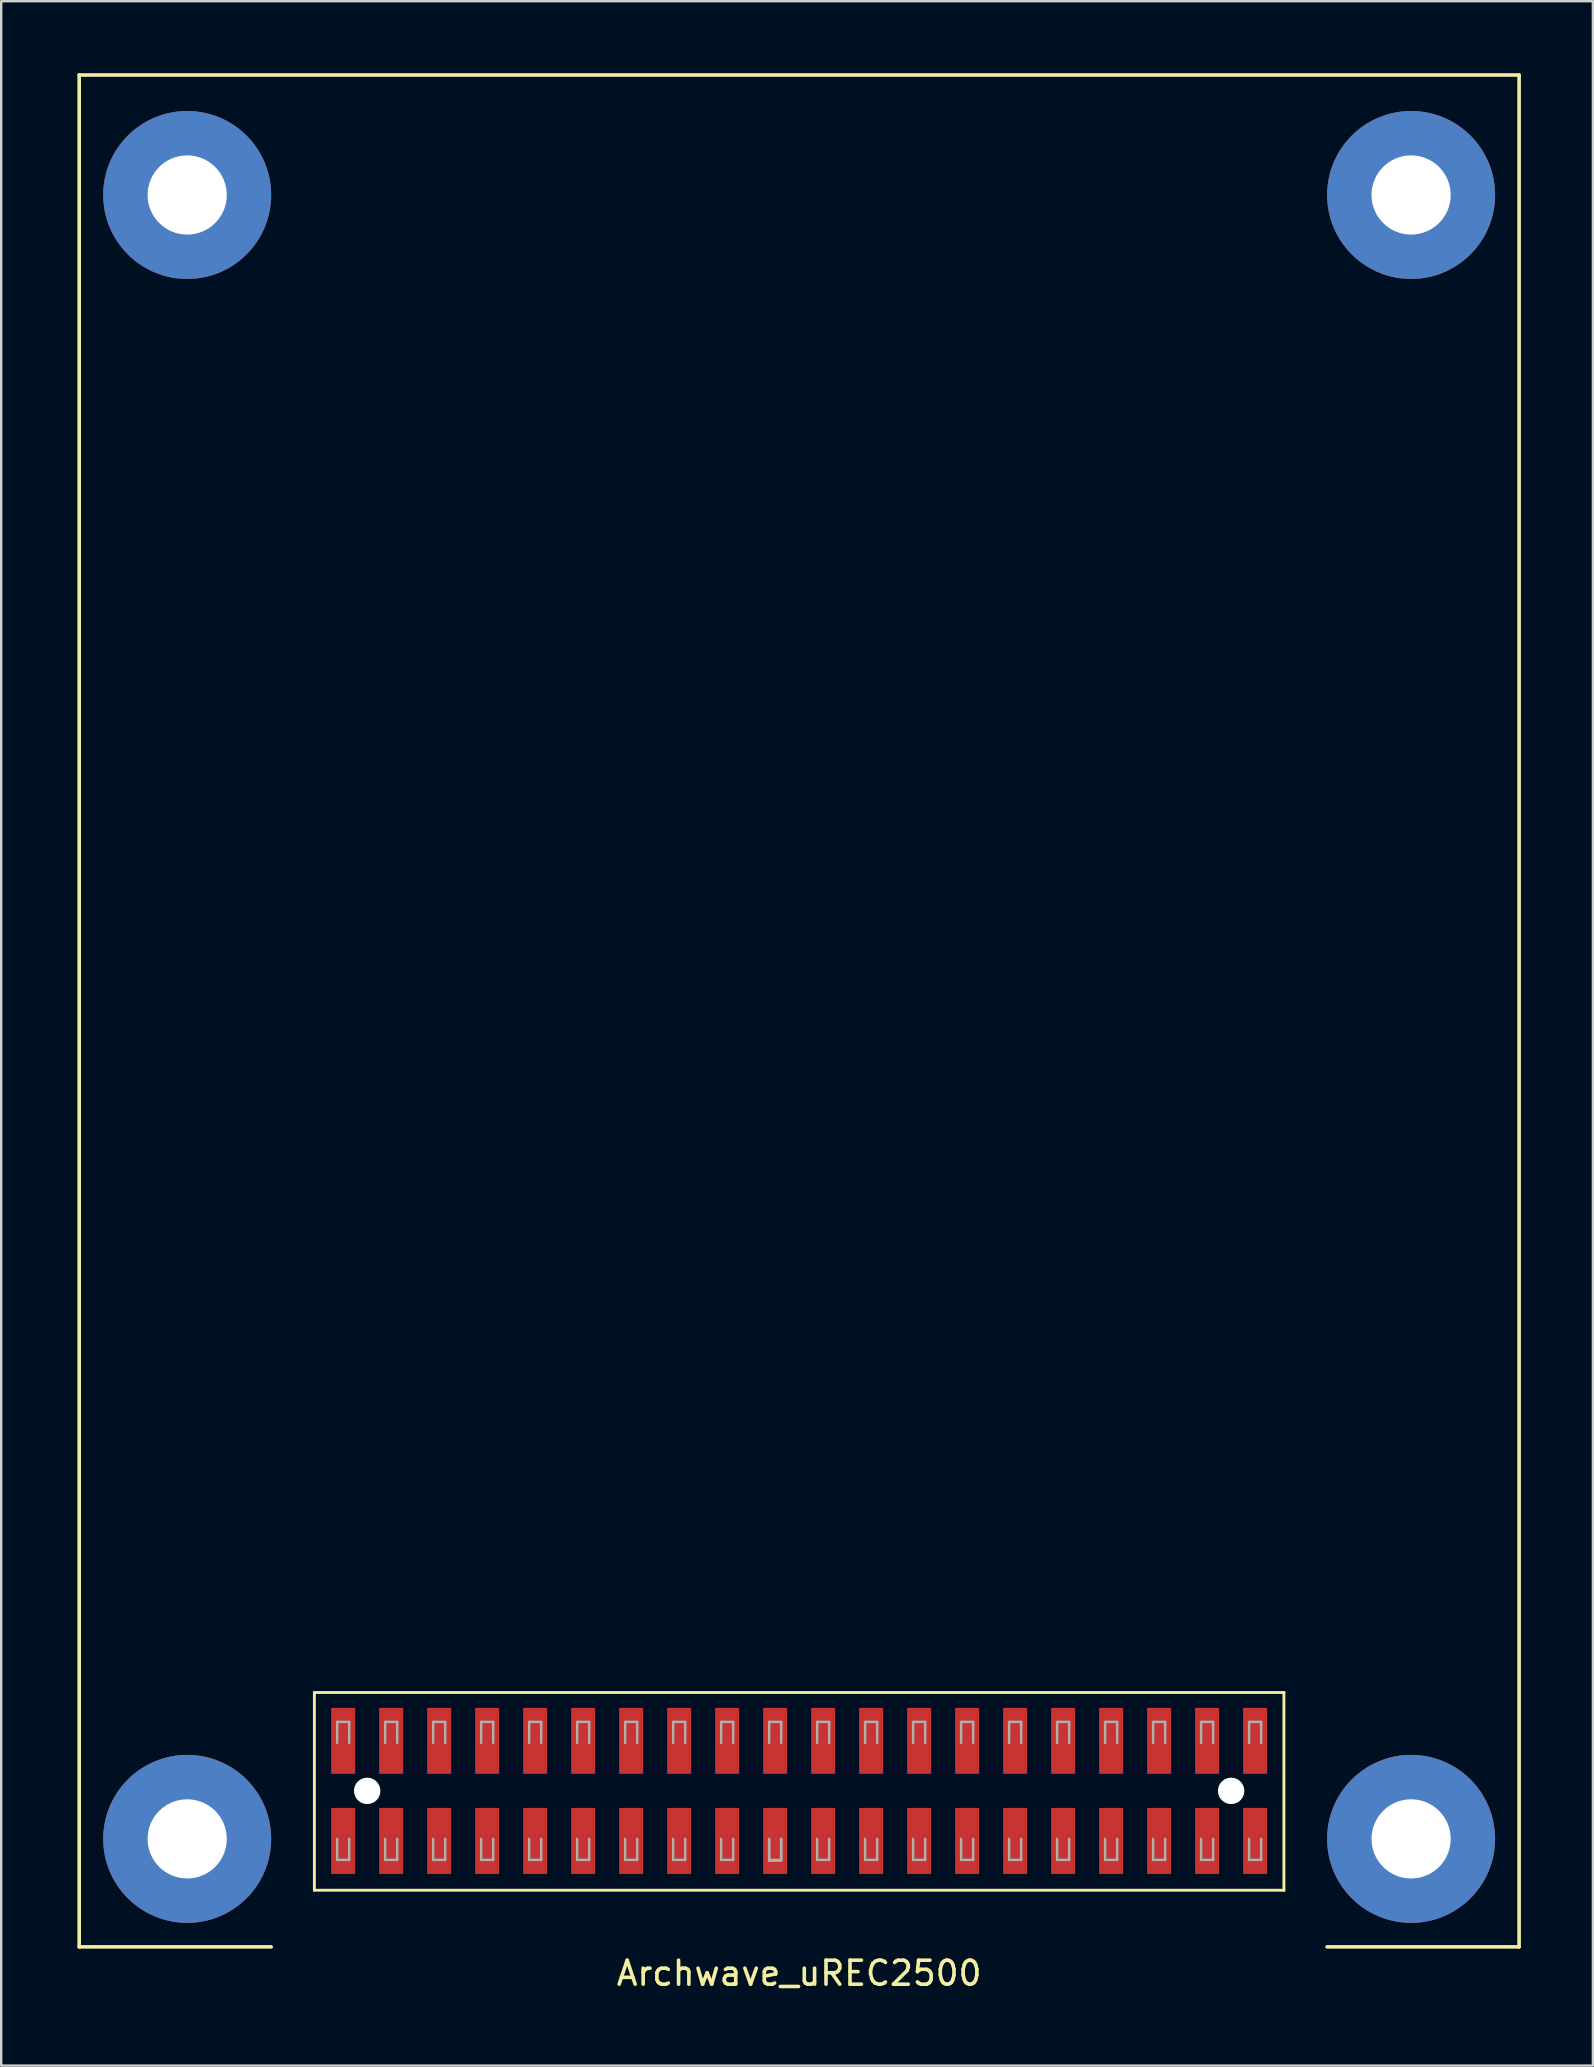
<source format=kicad_pcb>
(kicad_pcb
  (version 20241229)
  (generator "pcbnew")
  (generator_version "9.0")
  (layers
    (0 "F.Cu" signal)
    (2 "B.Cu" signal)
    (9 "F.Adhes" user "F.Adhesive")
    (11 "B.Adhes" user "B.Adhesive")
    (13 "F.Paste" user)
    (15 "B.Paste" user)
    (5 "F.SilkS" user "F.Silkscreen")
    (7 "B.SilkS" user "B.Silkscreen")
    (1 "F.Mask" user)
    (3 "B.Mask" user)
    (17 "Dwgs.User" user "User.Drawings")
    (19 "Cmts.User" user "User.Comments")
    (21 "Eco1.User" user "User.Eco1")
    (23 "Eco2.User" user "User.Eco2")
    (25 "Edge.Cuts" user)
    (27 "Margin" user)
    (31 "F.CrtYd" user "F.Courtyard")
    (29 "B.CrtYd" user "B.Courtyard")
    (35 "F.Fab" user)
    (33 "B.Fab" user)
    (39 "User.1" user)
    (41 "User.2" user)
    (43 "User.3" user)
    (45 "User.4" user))
  (footprint "Archwave_uREC2500"
    (layer "F.Cu")
    (at 0.25 78.075)
    (property "Reference" "Archwave_uREC2500" (at 30 1.1 0) (layer "F.SilkS") (effects (font (size 1 1) (thickness 0.15))))
    (attr through_hole)
    (fp_line (start 0 -78) (end 60 -78) (stroke (width 0.15) (type solid)) (layer "F.SilkS"))
    (fp_line (start 0 0) (end 0 -78) (stroke (width 0.15) (type solid)) (layer "F.SilkS"))
    (fp_line (start 0 0) (end 8 0) (stroke (width 0.15) (type solid)) (layer "F.SilkS"))
    (fp_line (start 9.8 -2.36) (end 9.8 -10.6) (stroke (width 0.12) (type solid)) (layer "F.SilkS"))
    (fp_line (start 50.2 -10.6) (end 9.8 -10.6) (stroke (width 0.12) (type solid)) (layer "F.SilkS"))
    (fp_line (start 50.2 -10.6) (end 50.2 -2.36) (stroke (width 0.12) (type solid)) (layer "F.SilkS"))
    (fp_line (start 50.2 -2.36) (end 9.8 -2.36) (stroke (width 0.12) (type solid)) (layer "F.SilkS"))
    (fp_line (start 52 0) (end 60 0) (stroke (width 0.15) (type solid)) (layer "F.SilkS"))
    (fp_line (start 60 0) (end 60 -78) (stroke (width 0.15) (type solid)) (layer "F.SilkS"))
    (fp_line (start 10.75 -9.375) (end 11.25 -9.375) (stroke (width 0.1) (type solid)) (layer "F.Fab"))
    (fp_line (start 10.75 -8.5) (end 10.75 -9.375) (stroke (width 0.1) (type solid)) (layer "F.Fab"))
    (fp_line (start 10.75 -4.5) (end 10.75 -3.625) (stroke (width 0.1) (type solid)) (layer "F.Fab"))
    (fp_line (start 10.75 -3.625) (end 11.25 -3.625) (stroke (width 0.1) (type solid)) (layer "F.Fab"))
    (fp_line (start 11.25 -9.375) (end 11.25 -8.5) (stroke (width 0.1) (type solid)) (layer "F.Fab"))
    (fp_line (start 11.25 -3.625) (end 11.25 -4.5) (stroke (width 0.1) (type solid)) (layer "F.Fab"))
    (fp_line (start 12.75 -9.375) (end 13.25 -9.375) (stroke (width 0.1) (type solid)) (layer "F.Fab"))
    (fp_line (start 12.75 -8.5) (end 12.75 -9.375) (stroke (width 0.1) (type solid)) (layer "F.Fab"))
    (fp_line (start 12.75 -4.5) (end 12.75 -3.625) (stroke (width 0.1) (type solid)) (layer "F.Fab"))
    (fp_line (start 12.75 -3.625) (end 13.25 -3.625) (stroke (width 0.1) (type solid)) (layer "F.Fab"))
    (fp_line (start 13.25 -9.375) (end 13.25 -8.5) (stroke (width 0.1) (type solid)) (layer "F.Fab"))
    (fp_line (start 13.25 -3.625) (end 13.25 -4.5) (stroke (width 0.1) (type solid)) (layer "F.Fab"))
    (fp_line (start 14.75 -9.375) (end 15.25 -9.375) (stroke (width 0.1) (type solid)) (layer "F.Fab"))
    (fp_line (start 14.75 -8.5) (end 14.75 -9.375) (stroke (width 0.1) (type solid)) (layer "F.Fab"))
    (fp_line (start 14.75 -4.5) (end 14.75 -3.625) (stroke (width 0.1) (type solid)) (layer "F.Fab"))
    (fp_line (start 14.75 -3.625) (end 15.25 -3.625) (stroke (width 0.1) (type solid)) (layer "F.Fab"))
    (fp_line (start 15.25 -9.375) (end 15.25 -8.5) (stroke (width 0.1) (type solid)) (layer "F.Fab"))
    (fp_line (start 15.25 -3.625) (end 15.25 -4.5) (stroke (width 0.1) (type solid)) (layer "F.Fab"))
    (fp_line (start 16.75 -9.375) (end 17.25 -9.375) (stroke (width 0.1) (type solid)) (layer "F.Fab"))
    (fp_line (start 16.75 -8.5) (end 16.75 -9.375) (stroke (width 0.1) (type solid)) (layer "F.Fab"))
    (fp_line (start 16.75 -4.5) (end 16.75 -3.625) (stroke (width 0.1) (type solid)) (layer "F.Fab"))
    (fp_line (start 16.75 -3.625) (end 17.25 -3.625) (stroke (width 0.1) (type solid)) (layer "F.Fab"))
    (fp_line (start 17.25 -9.375) (end 17.25 -8.5) (stroke (width 0.1) (type solid)) (layer "F.Fab"))
    (fp_line (start 17.25 -3.625) (end 17.25 -4.5) (stroke (width 0.1) (type solid)) (layer "F.Fab"))
    (fp_line (start 18.75 -9.375) (end 19.25 -9.375) (stroke (width 0.1) (type solid)) (layer "F.Fab"))
    (fp_line (start 18.75 -8.5) (end 18.75 -9.375) (stroke (width 0.1) (type solid)) (layer "F.Fab"))
    (fp_line (start 18.75 -4.5) (end 18.75 -3.625) (stroke (width 0.1) (type solid)) (layer "F.Fab"))
    (fp_line (start 18.75 -3.625) (end 19.25 -3.625) (stroke (width 0.1) (type solid)) (layer "F.Fab"))
    (fp_line (start 19.25 -9.375) (end 19.25 -8.5) (stroke (width 0.1) (type solid)) (layer "F.Fab"))
    (fp_line (start 19.25 -3.625) (end 19.25 -4.5) (stroke (width 0.1) (type solid)) (layer "F.Fab"))
    (fp_line (start 20.75 -9.375) (end 21.25 -9.375) (stroke (width 0.1) (type solid)) (layer "F.Fab"))
    (fp_line (start 20.75 -8.5) (end 20.75 -9.375) (stroke (width 0.1) (type solid)) (layer "F.Fab"))
    (fp_line (start 20.75 -4.5) (end 20.75 -3.625) (stroke (width 0.1) (type solid)) (layer "F.Fab"))
    (fp_line (start 20.75 -3.625) (end 21.25 -3.625) (stroke (width 0.1) (type solid)) (layer "F.Fab"))
    (fp_line (start 21.25 -9.375) (end 21.25 -8.5) (stroke (width 0.1) (type solid)) (layer "F.Fab"))
    (fp_line (start 21.25 -3.625) (end 21.25 -4.5) (stroke (width 0.1) (type solid)) (layer "F.Fab"))
    (fp_line (start 22.75 -9.375) (end 23.25 -9.375) (stroke (width 0.1) (type solid)) (layer "F.Fab"))
    (fp_line (start 22.75 -8.5) (end 22.75 -9.375) (stroke (width 0.1) (type solid)) (layer "F.Fab"))
    (fp_line (start 22.75 -4.5) (end 22.75 -3.625) (stroke (width 0.1) (type solid)) (layer "F.Fab"))
    (fp_line (start 22.75 -3.625) (end 23.25 -3.625) (stroke (width 0.1) (type solid)) (layer "F.Fab"))
    (fp_line (start 23.25 -9.375) (end 23.25 -8.5) (stroke (width 0.1) (type solid)) (layer "F.Fab"))
    (fp_line (start 23.25 -3.625) (end 23.25 -4.5) (stroke (width 0.1) (type solid)) (layer "F.Fab"))
    (fp_line (start 24.75 -9.375) (end 25.25 -9.375) (stroke (width 0.1) (type solid)) (layer "F.Fab"))
    (fp_line (start 24.75 -8.5) (end 24.75 -9.375) (stroke (width 0.1) (type solid)) (layer "F.Fab"))
    (fp_line (start 24.75 -4.5) (end 24.75 -3.625) (stroke (width 0.1) (type solid)) (layer "F.Fab"))
    (fp_line (start 24.75 -3.625) (end 25.25 -3.625) (stroke (width 0.1) (type solid)) (layer "F.Fab"))
    (fp_line (start 25.25 -9.375) (end 25.25 -8.5) (stroke (width 0.1) (type solid)) (layer "F.Fab"))
    (fp_line (start 25.25 -3.625) (end 25.25 -4.5) (stroke (width 0.1) (type solid)) (layer "F.Fab"))
    (fp_line (start 26.75 -9.375) (end 27.25 -9.375) (stroke (width 0.1) (type solid)) (layer "F.Fab"))
    (fp_line (start 26.75 -8.5) (end 26.75 -9.375) (stroke (width 0.1) (type solid)) (layer "F.Fab"))
    (fp_line (start 26.75 -4.5) (end 26.75 -3.625) (stroke (width 0.1) (type solid)) (layer "F.Fab"))
    (fp_line (start 26.75 -3.625) (end 27.25 -3.625) (stroke (width 0.1) (type solid)) (layer "F.Fab"))
    (fp_line (start 27.25 -9.375) (end 27.25 -8.5) (stroke (width 0.1) (type solid)) (layer "F.Fab"))
    (fp_line (start 27.25 -3.625) (end 27.25 -4.5) (stroke (width 0.1) (type solid)) (layer "F.Fab"))
    (fp_line (start 28.75 -4.464) (end 28.75 -3.589) (stroke (width 0.1) (type solid)) (layer "F.Fab"))
    (fp_line (start 28.75 -3.589) (end 29.25 -3.589) (stroke (width 0.1) (type solid)) (layer "F.Fab"))
    (fp_line (start 28.75 -9.375) (end 29.25 -9.375) (stroke (width 0.1) (type solid)) (layer "F.Fab"))
    (fp_line (start 28.75 -8.5) (end 28.75 -9.375) (stroke (width 0.1) (type solid)) (layer "F.Fab"))
    (fp_line (start 28.75 -4.5) (end 28.75 -3.625) (stroke (width 0.1) (type solid)) (layer "F.Fab"))
    (fp_line (start 28.75 -3.625) (end 29.25 -3.625) (stroke (width 0.1) (type solid)) (layer "F.Fab"))
    (fp_line (start 29.25 -3.589) (end 29.25 -4.464) (stroke (width 0.1) (type solid)) (layer "F.Fab"))
    (fp_line (start 29.25 -9.375) (end 29.25 -8.5) (stroke (width 0.1) (type solid)) (layer "F.Fab"))
    (fp_line (start 29.25 -3.625) (end 29.25 -4.5) (stroke (width 0.1) (type solid)) (layer "F.Fab"))
    (fp_line (start 30.75 -9.375) (end 31.25 -9.375) (stroke (width 0.1) (type solid)) (layer "F.Fab"))
    (fp_line (start 30.75 -8.5) (end 30.75 -9.375) (stroke (width 0.1) (type solid)) (layer "F.Fab"))
    (fp_line (start 30.75 -4.5) (end 30.75 -3.625) (stroke (width 0.1) (type solid)) (layer "F.Fab"))
    (fp_line (start 30.75 -3.625) (end 31.25 -3.625) (stroke (width 0.1) (type solid)) (layer "F.Fab"))
    (fp_line (start 31.25 -9.375) (end 31.25 -8.5) (stroke (width 0.1) (type solid)) (layer "F.Fab"))
    (fp_line (start 31.25 -3.625) (end 31.25 -4.5) (stroke (width 0.1) (type solid)) (layer "F.Fab"))
    (fp_line (start 32.75 -9.375) (end 33.25 -9.375) (stroke (width 0.1) (type solid)) (layer "F.Fab"))
    (fp_line (start 32.75 -8.5) (end 32.75 -9.375) (stroke (width 0.1) (type solid)) (layer "F.Fab"))
    (fp_line (start 32.75 -4.5) (end 32.75 -3.625) (stroke (width 0.1) (type solid)) (layer "F.Fab"))
    (fp_line (start 32.75 -3.625) (end 33.25 -3.625) (stroke (width 0.1) (type solid)) (layer "F.Fab"))
    (fp_line (start 33.25 -9.375) (end 33.25 -8.5) (stroke (width 0.1) (type solid)) (layer "F.Fab"))
    (fp_line (start 33.25 -3.625) (end 33.25 -4.5) (stroke (width 0.1) (type solid)) (layer "F.Fab"))
    (fp_line (start 34.75 -9.375) (end 35.25 -9.375) (stroke (width 0.1) (type solid)) (layer "F.Fab"))
    (fp_line (start 34.75 -8.5) (end 34.75 -9.375) (stroke (width 0.1) (type solid)) (layer "F.Fab"))
    (fp_line (start 34.75 -4.5) (end 34.75 -3.625) (stroke (width 0.1) (type solid)) (layer "F.Fab"))
    (fp_line (start 34.75 -3.625) (end 35.25 -3.625) (stroke (width 0.1) (type solid)) (layer "F.Fab"))
    (fp_line (start 35.25 -9.375) (end 35.25 -8.5) (stroke (width 0.1) (type solid)) (layer "F.Fab"))
    (fp_line (start 35.25 -3.625) (end 35.25 -4.5) (stroke (width 0.1) (type solid)) (layer "F.Fab"))
    (fp_line (start 36.75 -9.375) (end 37.25 -9.375) (stroke (width 0.1) (type solid)) (layer "F.Fab"))
    (fp_line (start 36.75 -8.5) (end 36.75 -9.375) (stroke (width 0.1) (type solid)) (layer "F.Fab"))
    (fp_line (start 36.75 -4.5) (end 36.75 -3.625) (stroke (width 0.1) (type solid)) (layer "F.Fab"))
    (fp_line (start 36.75 -3.625) (end 37.25 -3.625) (stroke (width 0.1) (type solid)) (layer "F.Fab"))
    (fp_line (start 37.25 -9.375) (end 37.25 -8.5) (stroke (width 0.1) (type solid)) (layer "F.Fab"))
    (fp_line (start 37.25 -3.625) (end 37.25 -4.5) (stroke (width 0.1) (type solid)) (layer "F.Fab"))
    (fp_line (start 38.75 -9.375) (end 39.25 -9.375) (stroke (width 0.1) (type solid)) (layer "F.Fab"))
    (fp_line (start 38.75 -8.5) (end 38.75 -9.375) (stroke (width 0.1) (type solid)) (layer "F.Fab"))
    (fp_line (start 38.75 -4.5) (end 38.75 -3.625) (stroke (width 0.1) (type solid)) (layer "F.Fab"))
    (fp_line (start 38.75 -3.625) (end 39.25 -3.625) (stroke (width 0.1) (type solid)) (layer "F.Fab"))
    (fp_line (start 39.25 -9.375) (end 39.25 -8.5) (stroke (width 0.1) (type solid)) (layer "F.Fab"))
    (fp_line (start 39.25 -3.625) (end 39.25 -4.5) (stroke (width 0.1) (type solid)) (layer "F.Fab"))
    (fp_line (start 40.75 -9.375) (end 41.25 -9.375) (stroke (width 0.1) (type solid)) (layer "F.Fab"))
    (fp_line (start 40.75 -8.5) (end 40.75 -9.375) (stroke (width 0.1) (type solid)) (layer "F.Fab"))
    (fp_line (start 40.75 -4.5) (end 40.75 -3.625) (stroke (width 0.1) (type solid)) (layer "F.Fab"))
    (fp_line (start 40.75 -3.625) (end 41.25 -3.625) (stroke (width 0.1) (type solid)) (layer "F.Fab"))
    (fp_line (start 41.25 -9.375) (end 41.25 -8.5) (stroke (width 0.1) (type solid)) (layer "F.Fab"))
    (fp_line (start 41.25 -3.625) (end 41.25 -4.5) (stroke (width 0.1) (type solid)) (layer "F.Fab"))
    (fp_line (start 42.75 -9.375) (end 43.25 -9.375) (stroke (width 0.1) (type solid)) (layer "F.Fab"))
    (fp_line (start 42.75 -8.5) (end 42.75 -9.375) (stroke (width 0.1) (type solid)) (layer "F.Fab"))
    (fp_line (start 42.75 -4.5) (end 42.75 -3.625) (stroke (width 0.1) (type solid)) (layer "F.Fab"))
    (fp_line (start 42.75 -3.625) (end 43.25 -3.625) (stroke (width 0.1) (type solid)) (layer "F.Fab"))
    (fp_line (start 43.25 -9.375) (end 43.25 -8.5) (stroke (width 0.1) (type solid)) (layer "F.Fab"))
    (fp_line (start 43.25 -3.625) (end 43.25 -4.5) (stroke (width 0.1) (type solid)) (layer "F.Fab"))
    (fp_line (start 44.75 -9.375) (end 45.25 -9.375) (stroke (width 0.1) (type solid)) (layer "F.Fab"))
    (fp_line (start 44.75 -8.5) (end 44.75 -9.375) (stroke (width 0.1) (type solid)) (layer "F.Fab"))
    (fp_line (start 44.75 -4.5) (end 44.75 -3.625) (stroke (width 0.1) (type solid)) (layer "F.Fab"))
    (fp_line (start 44.75 -3.625) (end 45.25 -3.625) (stroke (width 0.1) (type solid)) (layer "F.Fab"))
    (fp_line (start 45.25 -9.375) (end 45.25 -8.5) (stroke (width 0.1) (type solid)) (layer "F.Fab"))
    (fp_line (start 45.25 -3.625) (end 45.25 -4.5) (stroke (width 0.1) (type solid)) (layer "F.Fab"))
    (fp_line (start 46.75 -9.375) (end 47.25 -9.375) (stroke (width 0.1) (type solid)) (layer "F.Fab"))
    (fp_line (start 46.75 -8.5) (end 46.75 -9.375) (stroke (width 0.1) (type solid)) (layer "F.Fab"))
    (fp_line (start 46.75 -4.5) (end 46.75 -3.625) (stroke (width 0.1) (type solid)) (layer "F.Fab"))
    (fp_line (start 46.75 -3.625) (end 47.25 -3.625) (stroke (width 0.1) (type solid)) (layer "F.Fab"))
    (fp_line (start 47.25 -9.375) (end 47.25 -8.5) (stroke (width 0.1) (type solid)) (layer "F.Fab"))
    (fp_line (start 47.25 -3.625) (end 47.25 -4.5) (stroke (width 0.1) (type solid)) (layer "F.Fab"))
    (fp_line (start 48.75 -9.375) (end 49.25 -9.375) (stroke (width 0.1) (type solid)) (layer "F.Fab"))
    (fp_line (start 48.75 -8.5) (end 48.75 -9.375) (stroke (width 0.1) (type solid)) (layer "F.Fab"))
    (fp_line (start 48.75 -4.5) (end 48.75 -3.625) (stroke (width 0.1) (type solid)) (layer "F.Fab"))
    (fp_line (start 48.75 -3.625) (end 49.25 -3.625) (stroke (width 0.1) (type solid)) (layer "F.Fab"))
    (fp_line (start 49.25 -9.375) (end 49.25 -8.5) (stroke (width 0.1) (type solid)) (layer "F.Fab"))
    (fp_line (start 49.25 -3.625) (end 49.25 -4.5) (stroke (width 0.1) (type solid)) (layer "F.Fab"))
    (pad "" thru_hole circle (at 4.5 -73) (size 7 7) (drill 3.3) (layers "*.Cu" "*.Mask"))
    (pad "" thru_hole circle (at 4.5 -4.5) (size 7 7) (drill 3.3) (layers "*.Cu" "*.Mask"))
    (pad "" np_thru_hole circle (at 12 -6.5) (size 1.1 1.1) (drill 1.1) (layers "*.Cu" "*.Mask"))
    (pad "" np_thru_hole circle (at 48 -6.5) (size 1.1 1.1) (drill 1.1) (layers "*.Cu" "*.Mask"))
    (pad "" thru_hole circle (at 55.5 -73) (size 7 7) (drill 3.3) (layers "*.Cu" "*.Mask"))
    (pad "" thru_hole circle (at 55.5 -4.5) (size 7 7) (drill 3.3) (layers "*.Cu" "*.Mask"))
    (pad "1" smd rect (at 11 -4.415 90) (size 2.75 1) (layers "F.Cu" "F.Mask" "F.Paste"))
    (pad "2" smd rect (at 11 -8.585 90) (size 2.75 1) (layers "F.Cu" "F.Mask" "F.Paste"))
    (pad "3" smd rect (at 13 -4.415 90) (size 2.75 1) (layers "F.Cu" "F.Mask" "F.Paste"))
    (pad "4" smd rect (at 13 -8.585 90) (size 2.75 1) (layers "F.Cu" "F.Mask" "F.Paste"))
    (pad "5" smd rect (at 15 -4.415 90) (size 2.75 1) (layers "F.Cu" "F.Mask" "F.Paste"))
    (pad "6" smd rect (at 15 -8.585 90) (size 2.75 1) (layers "F.Cu" "F.Mask" "F.Paste"))
    (pad "7" smd rect (at 17 -4.415 90) (size 2.75 1) (layers "F.Cu" "F.Mask" "F.Paste"))
    (pad "8" smd rect (at 17 -8.585 90) (size 2.75 1) (layers "F.Cu" "F.Mask" "F.Paste"))
    (pad "9" smd rect (at 19 -4.415 90) (size 2.75 1) (layers "F.Cu" "F.Mask" "F.Paste"))
    (pad "10" smd rect (at 19 -8.585 90) (size 2.75 1) (layers "F.Cu" "F.Mask" "F.Paste"))
    (pad "11" smd rect (at 21 -4.415 90) (size 2.75 1) (layers "F.Cu" "F.Mask" "F.Paste"))
    (pad "12" smd rect (at 21 -8.585 90) (size 2.75 1) (layers "F.Cu" "F.Mask" "F.Paste"))
    (pad "13" smd rect (at 23 -4.415 90) (size 2.75 1) (layers "F.Cu" "F.Mask" "F.Paste"))
    (pad "14" smd rect (at 23 -8.585 90) (size 2.75 1) (layers "F.Cu" "F.Mask" "F.Paste"))
    (pad "15" smd rect (at 25 -4.415 90) (size 2.75 1) (layers "F.Cu" "F.Mask" "F.Paste"))
    (pad "16" smd rect (at 25 -8.585 90) (size 2.75 1) (layers "F.Cu" "F.Mask" "F.Paste"))
    (pad "17" smd rect (at 27 -4.415 90) (size 2.75 1) (layers "F.Cu" "F.Mask" "F.Paste"))
    (pad "18" smd rect (at 27 -8.585 90) (size 2.75 1) (layers "F.Cu" "F.Mask" "F.Paste"))
    (pad "19" smd rect (at 29 -4.415 90) (size 2.75 1) (layers "F.Cu" "F.Mask" "F.Paste"))
    (pad "20" smd rect (at 29 -8.585 90) (size 2.75 1) (layers "F.Cu" "F.Mask" "F.Paste"))
    (pad "21" smd rect (at 31 -4.415 90) (size 2.75 1) (layers "F.Cu" "F.Mask" "F.Paste"))
    (pad "22" smd rect (at 31 -8.585 90) (size 2.75 1) (layers "F.Cu" "F.Mask" "F.Paste"))
    (pad "23" smd rect (at 33 -4.415 90) (size 2.75 1) (layers "F.Cu" "F.Mask" "F.Paste"))
    (pad "24" smd rect (at 33 -8.585 90) (size 2.75 1) (layers "F.Cu" "F.Mask" "F.Paste"))
    (pad "25" smd rect (at 35 -4.415 90) (size 2.75 1) (layers "F.Cu" "F.Mask" "F.Paste"))
    (pad "26" smd rect (at 35 -8.585 90) (size 2.75 1) (layers "F.Cu" "F.Mask" "F.Paste"))
    (pad "27" smd rect (at 37 -4.415 90) (size 2.75 1) (layers "F.Cu" "F.Mask" "F.Paste"))
    (pad "28" smd rect (at 37 -8.585 90) (size 2.75 1) (layers "F.Cu" "F.Mask" "F.Paste"))
    (pad "29" smd rect (at 39 -4.415 90) (size 2.75 1) (layers "F.Cu" "F.Mask" "F.Paste"))
    (pad "30" smd rect (at 39 -8.585 90) (size 2.75 1) (layers "F.Cu" "F.Mask" "F.Paste"))
    (pad "31" smd rect (at 41 -4.415 90) (size 2.75 1) (layers "F.Cu" "F.Mask" "F.Paste"))
    (pad "32" smd rect (at 41 -8.585 90) (size 2.75 1) (layers "F.Cu" "F.Mask" "F.Paste"))
    (pad "33" smd rect (at 43 -4.415 90) (size 2.75 1) (layers "F.Cu" "F.Mask" "F.Paste"))
    (pad "34" smd rect (at 43 -8.585 90) (size 2.75 1) (layers "F.Cu" "F.Mask" "F.Paste"))
    (pad "35" smd rect (at 45 -4.415 90) (size 2.75 1) (layers "F.Cu" "F.Mask" "F.Paste"))
    (pad "36" smd rect (at 45 -8.585 90) (size 2.75 1) (layers "F.Cu" "F.Mask" "F.Paste"))
    (pad "37" smd rect (at 47 -4.415 90) (size 2.75 1) (layers "F.Cu" "F.Mask" "F.Paste"))
    (pad "38" smd rect (at 47 -8.585 90) (size 2.75 1) (layers "F.Cu" "F.Mask" "F.Paste"))
    (pad "39" smd rect (at 49 -4.415 90) (size 2.75 1) (layers "F.Cu" "F.Mask" "F.Paste"))
    (pad "40" smd rect (at 49 -8.585 90) (size 2.75 1) (layers "F.Cu" "F.Mask" "F.Paste")))
  (gr_rect
    (start -3 -3)
    (end 63.325 83.023)
    (stroke (width 0.1) (type default))
    (fill no)
    (layer "Edge.Cuts")))
</source>
